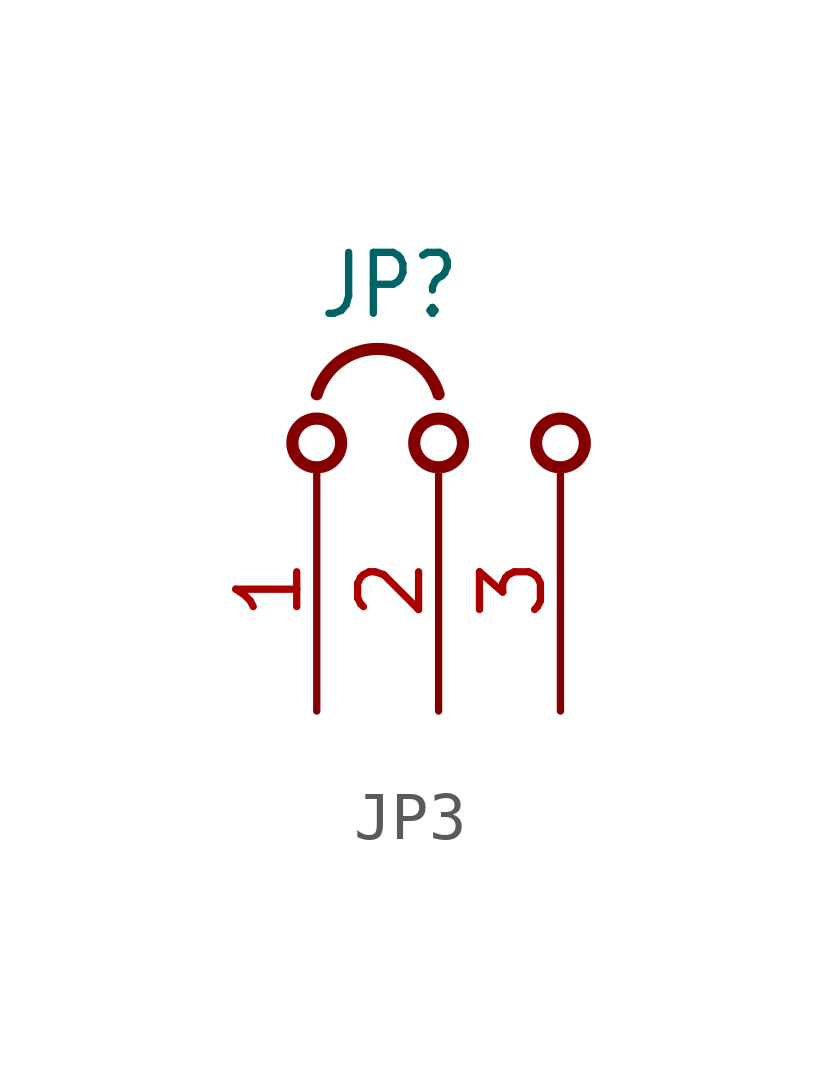
<source format=kicad_sym>
(kicad_symbol_lib
  (version 20220914)
  (generator kicad_symbol_editor)
  (symbol "JP3"
    (property "Reference" "JP"
      (at 0 3.048 0)
      (effects (font (size 1.27 1.079)) (justify left bottom)))
    (property "ki_locked" ""
      (at 0 0 0)
      (effects (font (size 1.27 1.27))))
    (symbol "JP3_1_0"
      (circle (center 0 0.508) (radius 0.508) (stroke (width 0.254) (type solid)) (fill (type none)))
      (circle (center 2.54 0.508) (radius 0.508) (stroke (width 0.254) (type solid)) (fill (type none)))
      (arc (start 2.54 1.524) (mid 1.27 2.4689) (end 0 1.524) (stroke (width 0.254) (type solid)) (fill (type none)))
      (circle (center 5.08 0.508) (radius 0.508) (stroke (width 0.254) (type solid)) (fill (type none)))
      (pin passive line (at 0 -5.08 90) (length 5.08) (name "1" (effects (font (size 0 0)))) (number "1" (effects (font (size 1.27 1.27)))))
      (pin passive line (at 2.54 -5.08 90) (length 5.08) (name "2" (effects (font (size 0 0)))) (number "2" (effects (font (size 1.27 1.27)))))
      (pin passive line (at 5.08 -5.08 90) (length 5.08) (name "3" (effects (font (size 0 0)))) (number "3" (effects (font (size 1.27 1.27))))))))
</source>
